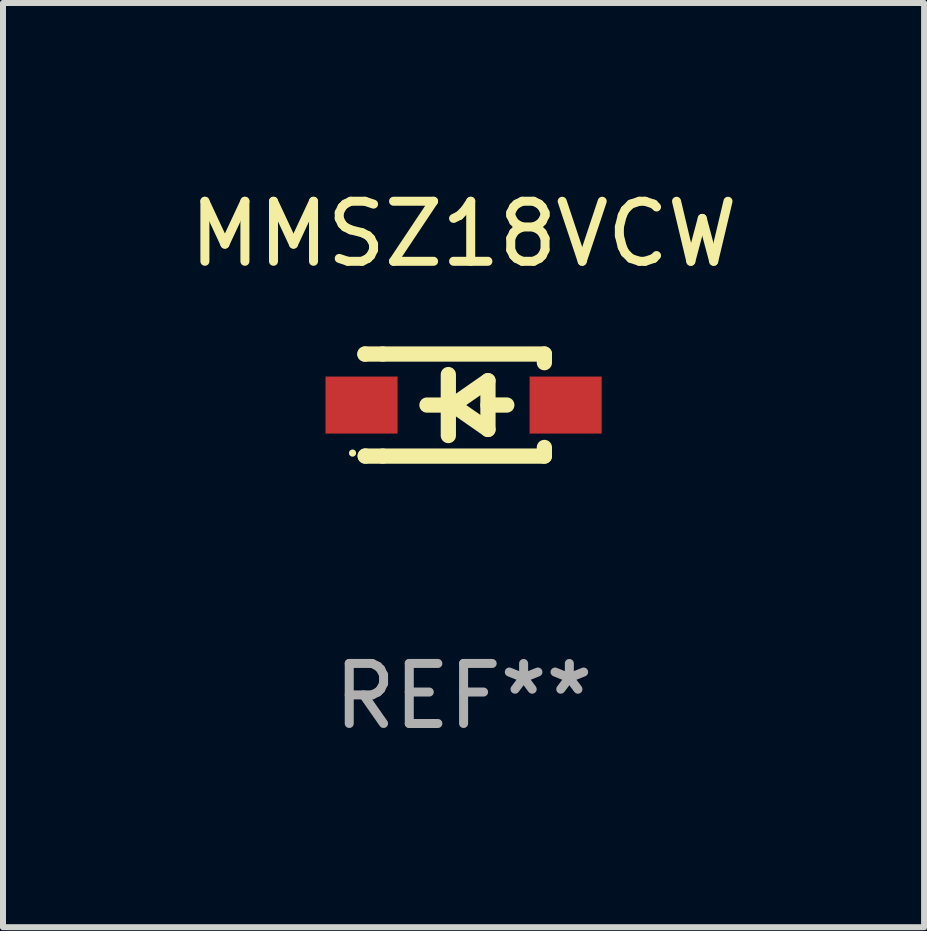
<source format=kicad_pcb>
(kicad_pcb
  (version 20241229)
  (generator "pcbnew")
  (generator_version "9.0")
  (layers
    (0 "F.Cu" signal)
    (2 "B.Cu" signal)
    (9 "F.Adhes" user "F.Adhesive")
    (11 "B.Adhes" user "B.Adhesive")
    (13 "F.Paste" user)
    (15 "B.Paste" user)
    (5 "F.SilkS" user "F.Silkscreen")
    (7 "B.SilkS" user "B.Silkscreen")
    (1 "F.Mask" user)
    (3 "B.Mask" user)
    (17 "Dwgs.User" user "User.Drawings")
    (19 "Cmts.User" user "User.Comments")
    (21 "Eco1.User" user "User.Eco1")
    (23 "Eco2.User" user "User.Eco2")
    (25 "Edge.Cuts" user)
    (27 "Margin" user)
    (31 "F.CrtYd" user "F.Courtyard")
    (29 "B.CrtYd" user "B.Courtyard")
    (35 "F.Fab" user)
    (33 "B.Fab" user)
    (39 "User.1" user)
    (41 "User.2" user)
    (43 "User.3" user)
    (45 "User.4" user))
  (footprint "MMSZ18VCW"
    (layer "F.Cu")
    (at 4.673 3.698)
    (property "Reference" "MMSZ18VCW" (at 0 -2.85 0) (layer "F.SilkS") (effects (font (size 1 1) (thickness 0.15))))
    (attr through_hole)
    (fp_line (start -1.643 -0.85) (end -1.644 -0.849) (stroke (width 0.254) (type solid)) (layer "F.SilkS"))
    (fp_line (start -1.638 0.85) (end -1.639 0.849) (stroke (width 0.254) (type solid)) (layer "F.SilkS"))
    (fp_line (start -1.346 -0.85) (end -1.643 -0.85) (stroke (width 0.254) (type solid)) (layer "F.SilkS"))
    (fp_line (start -1.346 -0.85) (end 1.346 -0.85) (stroke (width 0.254) (type solid)) (layer "F.SilkS"))
    (fp_line (start -1.346 0.85) (end -1.638 0.85) (stroke (width 0.254) (type solid)) (layer "F.SilkS"))
    (fp_line (start -0.28 0) (end -0.61 0) (stroke (width 0.254) (type solid)) (layer "F.SilkS"))
    (fp_line (start -0.254 -0.508) (end -0.254 0.508) (stroke (width 0.254) (type solid)) (layer "F.SilkS"))
    (fp_line (start -0.178 0) (end 0.406 -0.406) (stroke (width 0.254) (type solid)) (layer "F.SilkS"))
    (fp_line (start 0.406 -0.406) (end 0.406 0.406) (stroke (width 0.254) (type solid)) (layer "F.SilkS"))
    (fp_line (start 0.406 -0.000254) (end 0.72 -0.000254) (stroke (width 0.254) (type solid)) (layer "F.SilkS"))
    (fp_line (start 0.406 0.406) (end -0.178 0) (stroke (width 0.254) (type solid)) (layer "F.SilkS"))
    (fp_line (start 1.346 -0.85) (end 1.346 -0.706) (stroke (width 0.254) (type solid)) (layer "F.SilkS"))
    (fp_line (start 1.346 0.706) (end 1.346 0.85) (stroke (width 0.254) (type solid)) (layer "F.SilkS"))
    (fp_line (start 1.346 0.85) (end -1.346 0.85) (stroke (width 0.254) (type solid)) (layer "F.SilkS"))
    (fp_circle (center -1.85 0.8) (end -1.82 0.8) (stroke (width 0.06) (type solid)) (fill no) (layer "F.SilkS"))
    (fp_text user "REF**" (at 0 4.85 0) (layer "F.Fab") (effects (font (size 1 1) (thickness 0.15))))
    (pad "1" smd rect (at -1.7 0) (size 1.2 0.95) (layers "F.Cu" "F.Mask" "F.Paste"))
    (pad "2" smd rect (at 1.7 0) (size 1.2 0.95) (layers "F.Cu" "F.Mask" "F.Paste")))
  (gr_rect
    (start -3 -3)
    (end 12.345 12.397)
    (stroke (width 0.1) (type default))
    (fill no)
    (layer "Edge.Cuts")))
</source>
